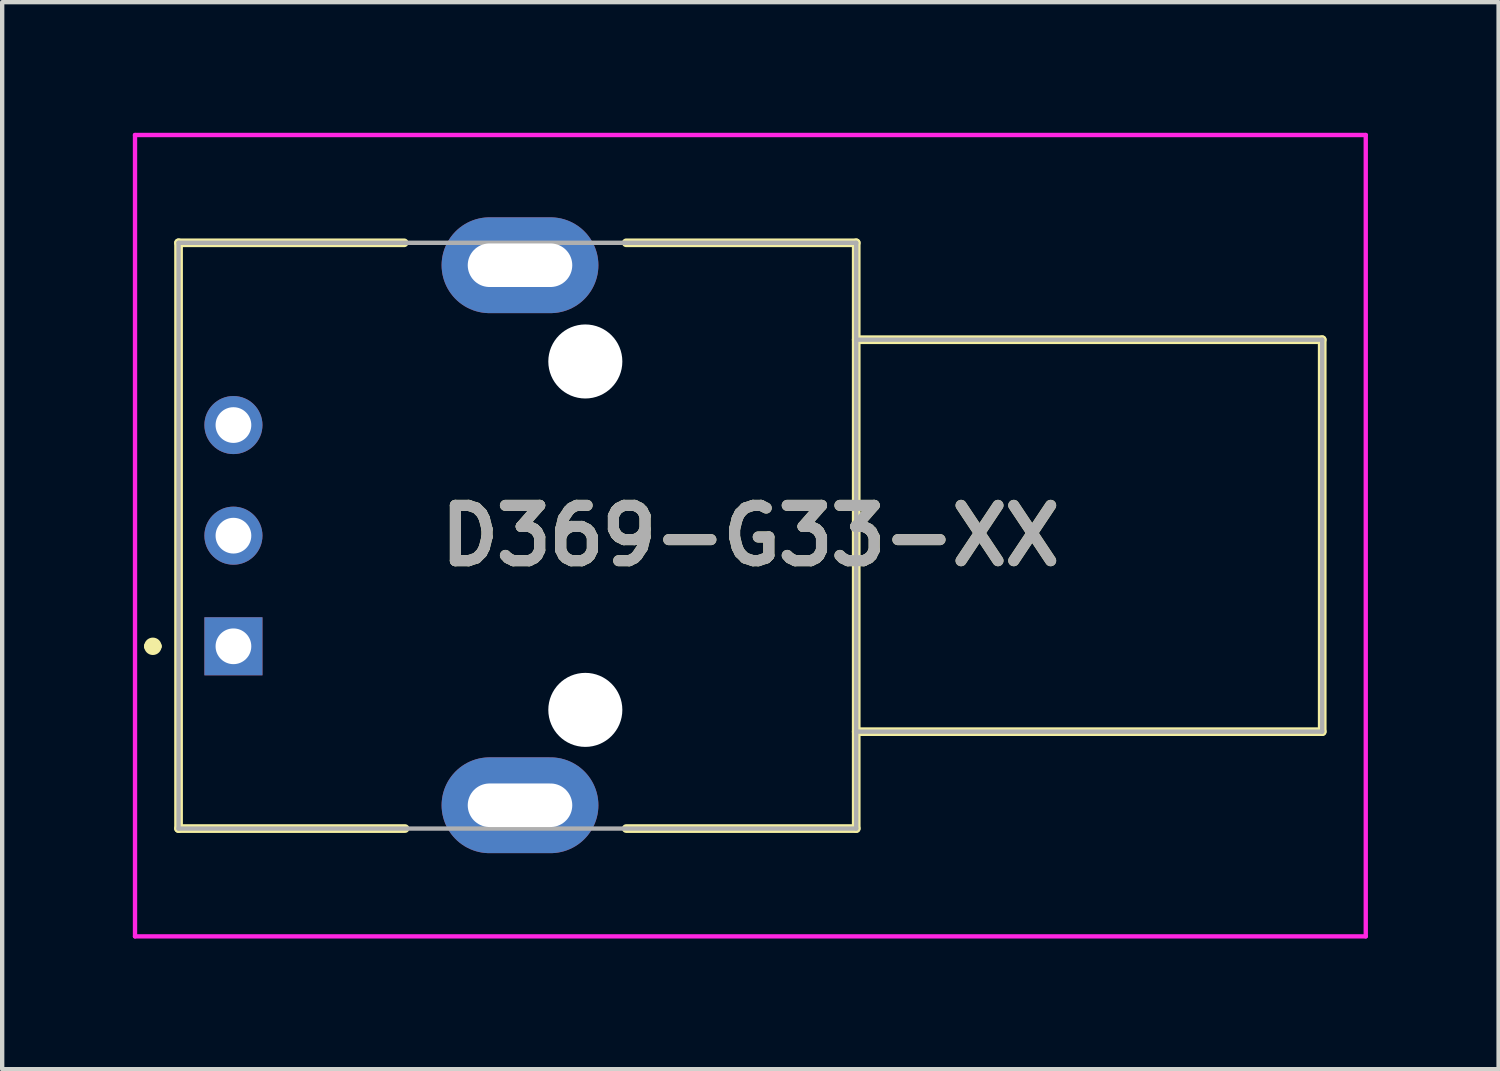
<source format=kicad_pcb>
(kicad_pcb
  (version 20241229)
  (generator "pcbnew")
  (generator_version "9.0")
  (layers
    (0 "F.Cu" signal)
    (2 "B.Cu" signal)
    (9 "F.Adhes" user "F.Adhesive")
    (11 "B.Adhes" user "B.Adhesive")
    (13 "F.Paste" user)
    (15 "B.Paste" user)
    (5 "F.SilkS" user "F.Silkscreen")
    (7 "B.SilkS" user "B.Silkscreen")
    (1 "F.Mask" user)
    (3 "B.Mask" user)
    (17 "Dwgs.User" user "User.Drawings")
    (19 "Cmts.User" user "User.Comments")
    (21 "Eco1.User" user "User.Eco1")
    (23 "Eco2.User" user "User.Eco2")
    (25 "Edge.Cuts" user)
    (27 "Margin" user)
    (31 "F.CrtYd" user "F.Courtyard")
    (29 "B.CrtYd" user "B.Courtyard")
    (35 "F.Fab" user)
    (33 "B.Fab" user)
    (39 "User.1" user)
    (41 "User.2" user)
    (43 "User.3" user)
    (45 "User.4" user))
  (footprint "D369-G33-XX"
    (layer "F.Cu")
    (at 2.31 11.79)
    (property "Reference" "D369-G33-XX" (at 11.87 -2.54 0) (layer "F.SilkS") (effects (font (size 1.27 1.27) (thickness 0.254))))
    (attr through_hole)
    (fp_line (start -1.95 0) (end -1.95 0) (stroke (width 0.2) (type solid)) (layer "F.SilkS"))
    (fp_line (start -1.75 0) (end -1.75 0) (stroke (width 0.2) (type solid)) (layer "F.SilkS"))
    (fp_line (start -1.26 -9.265) (end -1.26 4.185) (stroke (width 0.2) (type solid)) (layer "F.SilkS"))
    (fp_line (start 3.92 -9.265) (end -1.26 -9.265) (stroke (width 0.2) (type solid)) (layer "F.SilkS"))
    (fp_line (start 3.94 4.185) (end -1.26 4.185) (stroke (width 0.2) (type solid)) (layer "F.SilkS"))
    (fp_line (start 9.02 -9.265) (end 14.3 -9.265) (stroke (width 0.2) (type solid)) (layer "F.SilkS"))
    (fp_line (start 14.3 -9.265) (end 14.3 4.185) (stroke (width 0.2) (type solid)) (layer "F.SilkS"))
    (fp_line (start 14.3 -7.04) (end 25 -7.04) (stroke (width 0.2) (type solid)) (layer "F.SilkS"))
    (fp_line (start 14.3 4.185) (end 9.02 4.185) (stroke (width 0.2) (type solid)) (layer "F.SilkS"))
    (fp_line (start 25 -7.04) (end 25 1.96) (stroke (width 0.2) (type solid)) (layer "F.SilkS"))
    (fp_line (start 25 1.96) (end 14.3 1.96) (stroke (width 0.2) (type solid)) (layer "F.SilkS"))
    (fp_arc (start -1.95 0) (mid -1.85 -0.1) (end -1.75 0) (stroke (width 0.2) (type solid)) (layer "F.SilkS"))
    (fp_arc (start -1.75 0) (mid -1.85 0.1) (end -1.95 0) (stroke (width 0.2) (type solid)) (layer "F.SilkS"))
    (fp_line (start -2.26 -11.74) (end 26 -11.74) (stroke (width 0.1) (type solid)) (layer "F.CrtYd"))
    (fp_line (start -2.26 6.66) (end -2.26 -11.74) (stroke (width 0.1) (type solid)) (layer "F.CrtYd"))
    (fp_line (start 26 -11.74) (end 26 6.66) (stroke (width 0.1) (type solid)) (layer "F.CrtYd"))
    (fp_line (start 26 6.66) (end -2.26 6.66) (stroke (width 0.1) (type solid)) (layer "F.CrtYd"))
    (fp_line (start -1.26 -9.265) (end 14.3 -9.265) (stroke (width 0.1) (type solid)) (layer "F.Fab"))
    (fp_line (start -1.26 4.185) (end -1.26 -9.265) (stroke (width 0.1) (type solid)) (layer "F.Fab"))
    (fp_line (start 14.3 -9.265) (end 14.3 4.185) (stroke (width 0.1) (type solid)) (layer "F.Fab"))
    (fp_line (start 14.3 -7.04) (end 25 -7.04) (stroke (width 0.1) (type solid)) (layer "F.Fab"))
    (fp_line (start 14.3 4.185) (end -1.26 4.185) (stroke (width 0.1) (type solid)) (layer "F.Fab"))
    (fp_line (start 25 -7.04) (end 25 1.96) (stroke (width 0.1) (type solid)) (layer "F.Fab"))
    (fp_line (start 25 1.96) (end 14.3 1.96) (stroke (width 0.1) (type solid)) (layer "F.Fab"))
    (fp_text user "${REFERENCE}" (at 11.87 -2.54 0) (layer "F.Fab") (effects (font (size 1.27 1.27) (thickness 0.254))))
    (pad "" np_thru_hole circle (at 8.08 -6.54) (size 1.7 1.7) (drill 1.7) (layers "*.Cu" "*.Mask"))
    (pad "" np_thru_hole circle (at 8.08 1.46) (size 1.7 1.7) (drill 1.7) (layers "*.Cu" "*.Mask"))
    (pad "1" thru_hole rect (at 0 0) (size 1.333 1.333) (drill 0.82) (layers "*.Cu" "*.Mask"))
    (pad "2" thru_hole circle (at 0 -2.54) (size 1.333 1.333) (drill 0.82) (layers "*.Cu" "*.Mask"))
    (pad "3" thru_hole circle (at 0 -5.08) (size 1.333 1.333) (drill 0.82) (layers "*.Cu" "*.Mask"))
    (pad "MH" thru_hole oval (at 6.58 -8.75) (size 3.6 2.2) (drill oval 2.4 1) (layers "*.Cu" "*.Mask"))
    (pad "MH" thru_hole oval (at 6.58 3.65) (size 3.6 2.2) (drill oval 2.4 1) (layers "*.Cu" "*.Mask")))
  (gr_rect
    (start -3 -3)
    (end 31.36 21.5)
    (stroke (width 0.1) (type default))
    (fill no)
    (layer "Edge.Cuts")))
</source>
